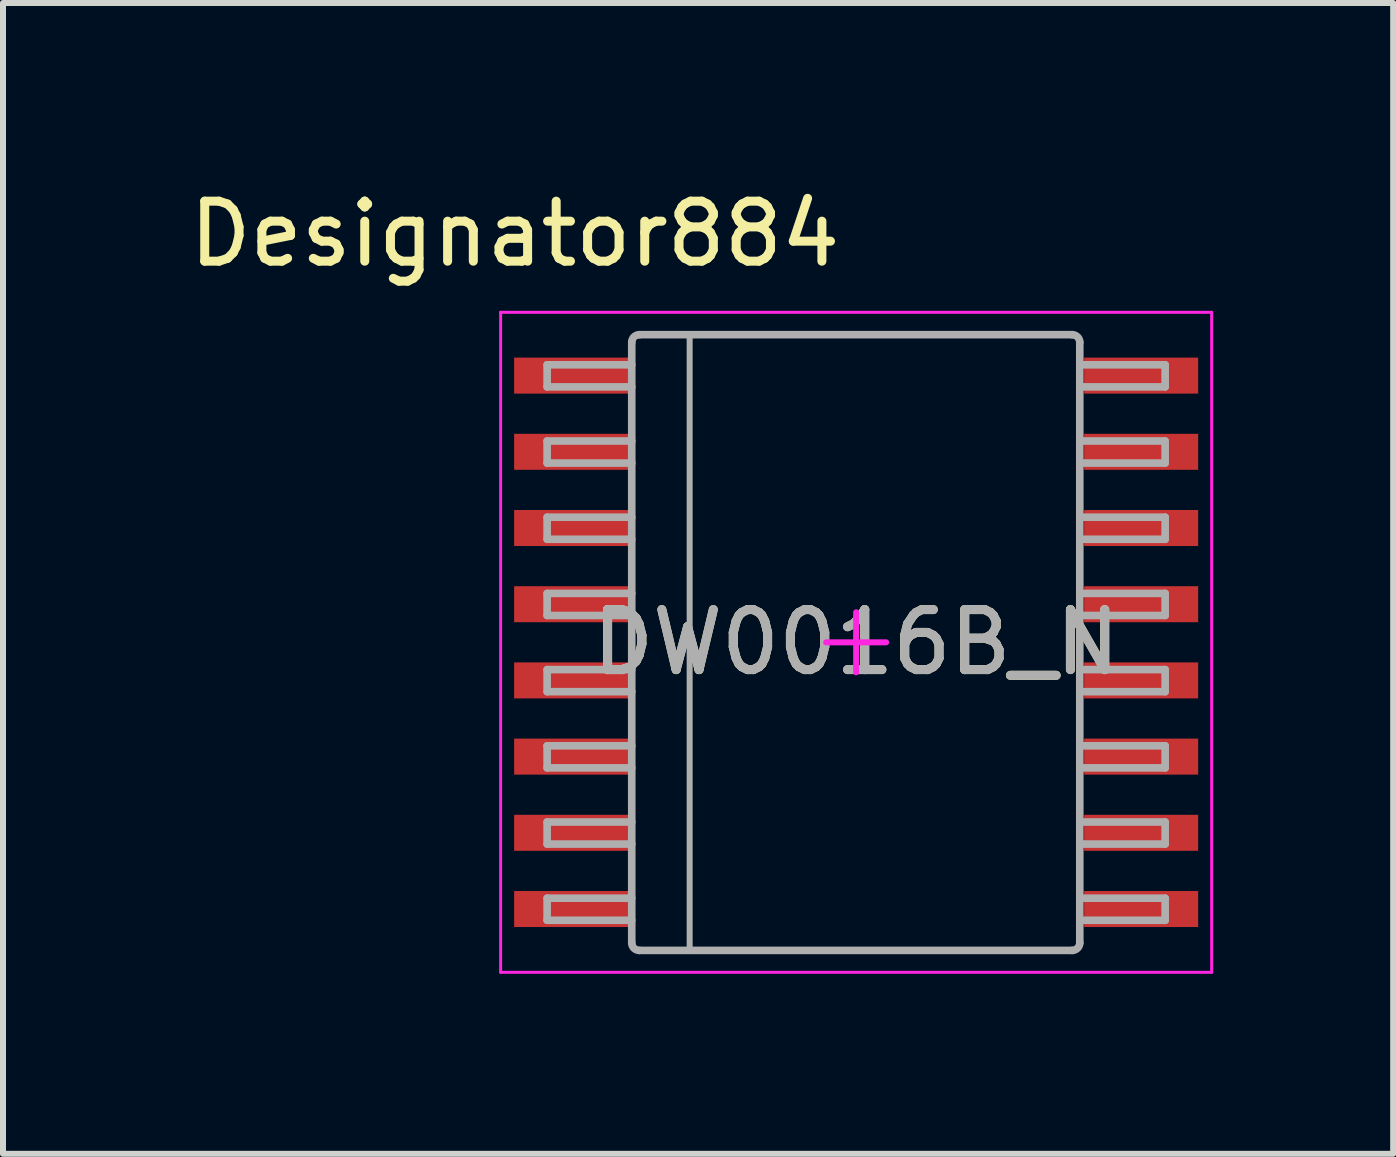
<source format=kicad_pcb>
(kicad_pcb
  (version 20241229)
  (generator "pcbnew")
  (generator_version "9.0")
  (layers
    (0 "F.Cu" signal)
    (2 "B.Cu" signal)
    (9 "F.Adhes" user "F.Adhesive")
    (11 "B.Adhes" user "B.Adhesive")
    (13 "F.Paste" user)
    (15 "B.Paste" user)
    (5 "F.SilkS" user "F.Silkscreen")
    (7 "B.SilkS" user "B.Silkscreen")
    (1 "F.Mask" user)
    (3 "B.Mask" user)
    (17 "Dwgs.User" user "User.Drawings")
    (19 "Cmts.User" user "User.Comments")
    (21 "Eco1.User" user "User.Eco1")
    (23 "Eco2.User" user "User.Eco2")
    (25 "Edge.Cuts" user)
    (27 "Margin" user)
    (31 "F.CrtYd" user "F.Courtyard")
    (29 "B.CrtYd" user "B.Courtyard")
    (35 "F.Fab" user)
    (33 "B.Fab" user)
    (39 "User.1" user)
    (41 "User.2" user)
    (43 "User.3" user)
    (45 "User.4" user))
  (footprint "DW0016B_N"
    (layer "F.Cu")
    (at 11.219 7.655)
    (property "Reference" "DW0016B_N" (at 0 0 0) (unlocked yes) (layer "F.SilkS") (effects (font (size 1 1) (thickness 0.15))))
    (attr smd)
    (fp_line (start -5.925 -5.5) (end 5.925 -5.5) (stroke (width 0.05) (type solid)) (layer "F.CrtYd"))
    (fp_line (start -5.925 5.5) (end -5.925 -5.5) (stroke (width 0.05) (type solid)) (layer "F.CrtYd"))
    (fp_line (start -5.925 5.5) (end 5.925 5.5) (stroke (width 0.05) (type solid)) (layer "F.CrtYd"))
    (fp_line (start -0.5 0) (end 0.5 0) (stroke (width 0.1) (type solid)) (layer "F.CrtYd"))
    (fp_line (start 0 0.5) (end 0 -0.5) (stroke (width 0.1) (type solid)) (layer "F.CrtYd"))
    (fp_line (start 5.925 5.5) (end 5.925 -5.5) (stroke (width 0.05) (type solid)) (layer "F.CrtYd"))
    (fp_line (start -5.15 -4.625) (end -3.74 -4.625) (stroke (width 0.127) (type solid)) (layer "F.Fab"))
    (fp_line (start -5.15 -4.257) (end -5.15 -4.625) (stroke (width 0.127) (type solid)) (layer "F.Fab"))
    (fp_line (start -5.15 -4.257) (end -3.74 -4.257) (stroke (width 0.127) (type solid)) (layer "F.Fab"))
    (fp_line (start -5.15 -3.355) (end -3.74 -3.355) (stroke (width 0.127) (type solid)) (layer "F.Fab"))
    (fp_line (start -5.15 -2.987) (end -5.15 -3.355) (stroke (width 0.127) (type solid)) (layer "F.Fab"))
    (fp_line (start -5.15 -2.987) (end -3.74 -2.987) (stroke (width 0.127) (type solid)) (layer "F.Fab"))
    (fp_line (start -5.15 -2.085) (end -3.74 -2.085) (stroke (width 0.127) (type solid)) (layer "F.Fab"))
    (fp_line (start -5.15 -1.717) (end -5.15 -2.085) (stroke (width 0.127) (type solid)) (layer "F.Fab"))
    (fp_line (start -5.15 -1.717) (end -3.74 -1.717) (stroke (width 0.127) (type solid)) (layer "F.Fab"))
    (fp_line (start -5.15 -0.815) (end -3.74 -0.815) (stroke (width 0.127) (type solid)) (layer "F.Fab"))
    (fp_line (start -5.15 -0.447) (end -5.15 -0.815) (stroke (width 0.127) (type solid)) (layer "F.Fab"))
    (fp_line (start -5.15 -0.447) (end -3.74 -0.447) (stroke (width 0.127) (type solid)) (layer "F.Fab"))
    (fp_line (start -5.15 0.455) (end -3.74 0.455) (stroke (width 0.127) (type solid)) (layer "F.Fab"))
    (fp_line (start -5.15 0.823) (end -5.15 0.455) (stroke (width 0.127) (type solid)) (layer "F.Fab"))
    (fp_line (start -5.15 0.823) (end -3.74 0.823) (stroke (width 0.127) (type solid)) (layer "F.Fab"))
    (fp_line (start -5.15 1.725) (end -3.74 1.725) (stroke (width 0.127) (type solid)) (layer "F.Fab"))
    (fp_line (start -5.15 2.093) (end -5.15 1.725) (stroke (width 0.127) (type solid)) (layer "F.Fab"))
    (fp_line (start -5.15 2.093) (end -3.74 2.093) (stroke (width 0.127) (type solid)) (layer "F.Fab"))
    (fp_line (start -5.15 2.995) (end -3.74 2.995) (stroke (width 0.127) (type solid)) (layer "F.Fab"))
    (fp_line (start -5.15 3.363) (end -5.15 2.995) (stroke (width 0.127) (type solid)) (layer "F.Fab"))
    (fp_line (start -5.15 3.363) (end -3.74 3.363) (stroke (width 0.127) (type solid)) (layer "F.Fab"))
    (fp_line (start -5.15 4.265) (end -3.74 4.265) (stroke (width 0.127) (type solid)) (layer "F.Fab"))
    (fp_line (start -5.15 4.633) (end -5.15 4.265) (stroke (width 0.127) (type solid)) (layer "F.Fab"))
    (fp_line (start -5.15 4.633) (end -3.74 4.633) (stroke (width 0.127) (type solid)) (layer "F.Fab"))
    (fp_line (start -3.74 5.008) (end -3.74 -5) (stroke (width 0.127) (type solid)) (layer "F.Fab"))
    (fp_line (start -3.614 -5.127) (end 3.601 -5.127) (stroke (width 0.127) (type solid)) (layer "F.Fab"))
    (fp_line (start -3.614 5.135) (end 3.601 5.135) (stroke (width 0.127) (type solid)) (layer "F.Fab"))
    (fp_line (start -2.775 5.135) (end -2.775 -5.127) (stroke (width 0.1) (type solid)) (layer "F.Fab"))
    (fp_line (start 3.727 5.008) (end 3.727 -5) (stroke (width 0.127) (type solid)) (layer "F.Fab"))
    (fp_line (start 3.74 -4.625) (end 5.15 -4.625) (stroke (width 0.127) (type solid)) (layer "F.Fab"))
    (fp_line (start 3.74 -4.257) (end 5.15 -4.257) (stroke (width 0.127) (type solid)) (layer "F.Fab"))
    (fp_line (start 3.74 -3.355) (end 5.15 -3.355) (stroke (width 0.127) (type solid)) (layer "F.Fab"))
    (fp_line (start 3.74 -2.987) (end 5.15 -2.987) (stroke (width 0.127) (type solid)) (layer "F.Fab"))
    (fp_line (start 3.74 -2.085) (end 5.15 -2.085) (stroke (width 0.127) (type solid)) (layer "F.Fab"))
    (fp_line (start 3.74 -1.717) (end 5.15 -1.717) (stroke (width 0.127) (type solid)) (layer "F.Fab"))
    (fp_line (start 3.74 -0.815) (end 5.15 -0.815) (stroke (width 0.127) (type solid)) (layer "F.Fab"))
    (fp_line (start 3.74 -0.447) (end 5.15 -0.447) (stroke (width 0.127) (type solid)) (layer "F.Fab"))
    (fp_line (start 3.74 0.455) (end 5.15 0.455) (stroke (width 0.127) (type solid)) (layer "F.Fab"))
    (fp_line (start 3.74 0.823) (end 5.15 0.823) (stroke (width 0.127) (type solid)) (layer "F.Fab"))
    (fp_line (start 3.74 1.725) (end 5.15 1.725) (stroke (width 0.127) (type solid)) (layer "F.Fab"))
    (fp_line (start 3.74 2.093) (end 5.15 2.093) (stroke (width 0.127) (type solid)) (layer "F.Fab"))
    (fp_line (start 3.74 2.995) (end 5.15 2.995) (stroke (width 0.127) (type solid)) (layer "F.Fab"))
    (fp_line (start 3.74 3.363) (end 5.15 3.363) (stroke (width 0.127) (type solid)) (layer "F.Fab"))
    (fp_line (start 3.74 4.265) (end 5.15 4.265) (stroke (width 0.127) (type solid)) (layer "F.Fab"))
    (fp_line (start 3.74 4.633) (end 5.15 4.633) (stroke (width 0.127) (type solid)) (layer "F.Fab"))
    (fp_line (start 5.15 -4.257) (end 5.15 -4.625) (stroke (width 0.127) (type solid)) (layer "F.Fab"))
    (fp_line (start 5.15 -2.987) (end 5.15 -3.355) (stroke (width 0.127) (type solid)) (layer "F.Fab"))
    (fp_line (start 5.15 -1.717) (end 5.15 -2.085) (stroke (width 0.127) (type solid)) (layer "F.Fab"))
    (fp_line (start 5.15 -0.447) (end 5.15 -0.815) (stroke (width 0.127) (type solid)) (layer "F.Fab"))
    (fp_line (start 5.15 0.823) (end 5.15 0.455) (stroke (width 0.127) (type solid)) (layer "F.Fab"))
    (fp_line (start 5.15 2.093) (end 5.15 1.725) (stroke (width 0.127) (type solid)) (layer "F.Fab"))
    (fp_line (start 5.15 3.363) (end 5.15 2.995) (stroke (width 0.127) (type solid)) (layer "F.Fab"))
    (fp_line (start 5.15 4.633) (end 5.15 4.265) (stroke (width 0.127) (type solid)) (layer "F.Fab"))
    (fp_arc (start -3.740299 -5.000131) (mid -3.703105 -5.089455) (end -3.613781 -5.126649) (stroke (width 0.127) (type solid)) (layer "F.Fab"))
    (fp_arc (start -3.613781 5.134949) (mid -3.703105 5.097755) (end -3.740299 5.008432) (stroke (width 0.127) (type solid)) (layer "F.Fab"))
    (fp_arc (start 3.600756 -5.126649) (mid 3.690092 -5.08946) (end 3.727299 -5.000131) (stroke (width 0.127) (type solid)) (layer "F.Fab"))
    (fp_arc (start 3.727299 5.008432) (mid 3.690092 5.09776) (end 3.600756 5.13495) (stroke (width 0.127) (type solid)) (layer "F.Fab"))
    (fp_text user "Designator884" (at -5.69 -6.807 0) (unlocked yes) (layer "F.SilkS") (effects (font (size 1 1) (thickness 0.15))))
    (fp_text user "${REFERENCE}" (at 0 0 0) (unlocked yes) (layer "F.Fab") (effects (font (size 1 1) (thickness 0.15))))
    (pad "1" smd rect (at -4.75 -4.445 90) (size 0.6 1.9) (layers "F.Cu" "F.Mask" "F.Paste"))
    (pad "2" smd rect (at -4.75 -3.175 90) (size 0.6 1.9) (layers "F.Cu" "F.Mask" "F.Paste"))
    (pad "3" smd rect (at -4.75 -1.905 90) (size 0.6 1.9) (layers "F.Cu" "F.Mask" "F.Paste"))
    (pad "4" smd rect (at -4.75 -0.635 90) (size 0.6 1.9) (layers "F.Cu" "F.Mask" "F.Paste"))
    (pad "5" smd rect (at -4.75 0.635 90) (size 0.6 1.9) (layers "F.Cu" "F.Mask" "F.Paste"))
    (pad "6" smd rect (at -4.75 1.905 90) (size 0.6 1.9) (layers "F.Cu" "F.Mask" "F.Paste"))
    (pad "7" smd rect (at -4.75 3.175 90) (size 0.6 1.9) (layers "F.Cu" "F.Mask" "F.Paste"))
    (pad "8" smd rect (at -4.75 4.445 90) (size 0.6 1.9) (layers "F.Cu" "F.Mask" "F.Paste"))
    (pad "9" smd rect (at 4.75 4.445 90) (size 0.6 1.9) (layers "F.Cu" "F.Mask" "F.Paste"))
    (pad "10" smd rect (at 4.75 3.175 90) (size 0.6 1.9) (layers "F.Cu" "F.Mask" "F.Paste"))
    (pad "11" smd rect (at 4.75 1.905 90) (size 0.6 1.9) (layers "F.Cu" "F.Mask" "F.Paste"))
    (pad "12" smd rect (at 4.75 0.635 90) (size 0.6 1.9) (layers "F.Cu" "F.Mask" "F.Paste"))
    (pad "13" smd rect (at 4.75 -0.635 90) (size 0.6 1.9) (layers "F.Cu" "F.Mask" "F.Paste"))
    (pad "14" smd rect (at 4.75 -1.905 90) (size 0.6 1.9) (layers "F.Cu" "F.Mask" "F.Paste"))
    (pad "15" smd rect (at 4.75 -3.175 90) (size 0.6 1.9) (layers "F.Cu" "F.Mask" "F.Paste"))
    (pad "16" smd rect (at 4.75 -4.445 90) (size 0.6 1.9) (layers "F.Cu" "F.Mask" "F.Paste")))
  (gr_rect
    (start -3 -3)
    (end 20.169 16.18)
    (stroke (width 0.1) (type default))
    (fill no)
    (layer "Edge.Cuts")))
</source>
